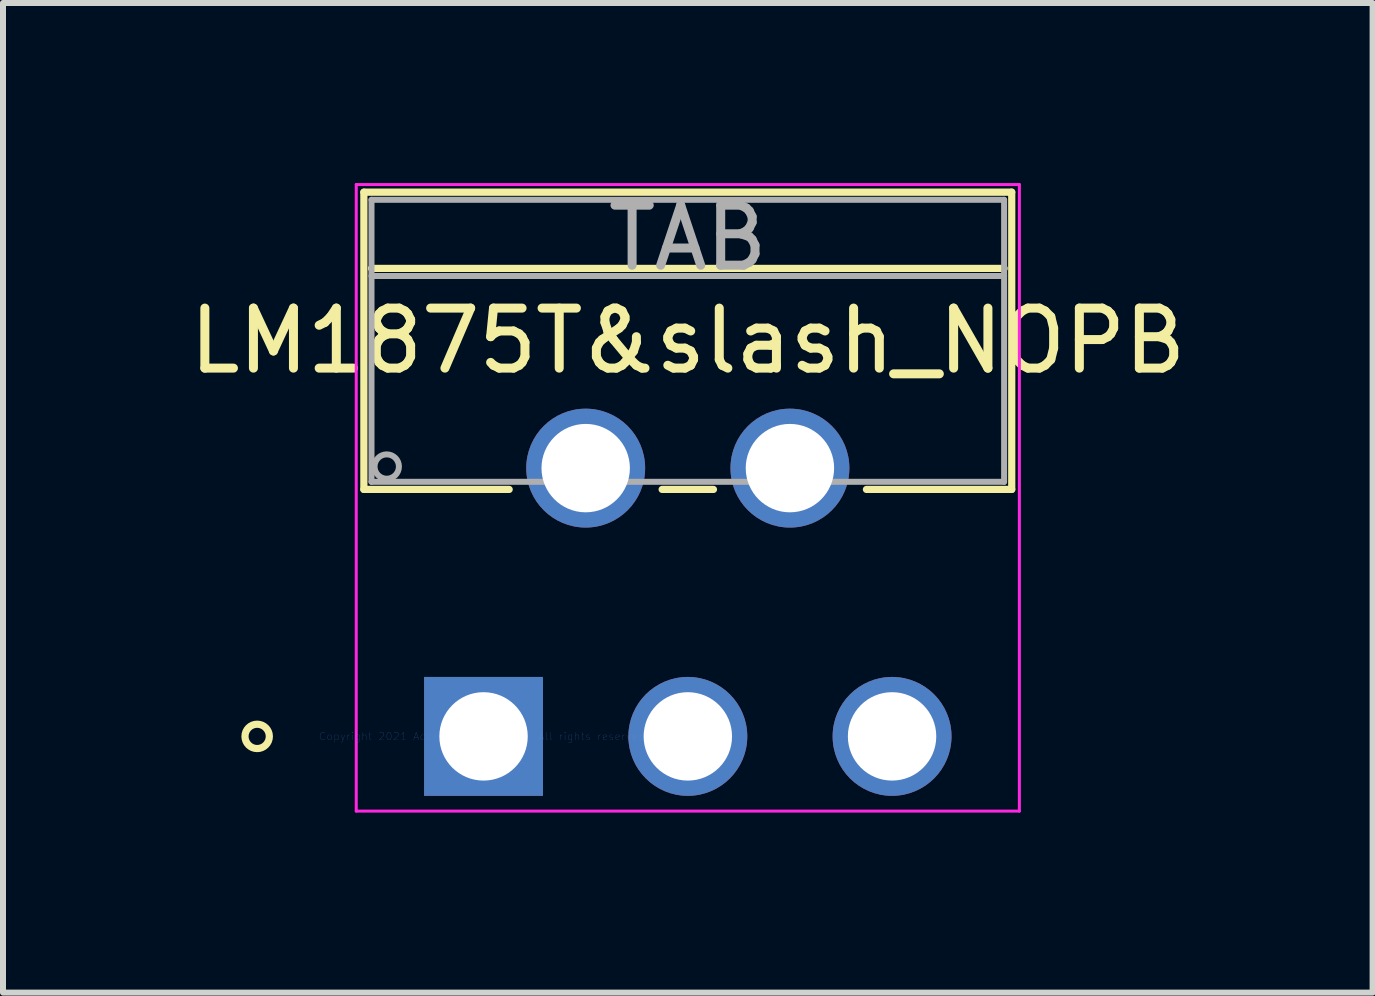
<source format=kicad_pcb>
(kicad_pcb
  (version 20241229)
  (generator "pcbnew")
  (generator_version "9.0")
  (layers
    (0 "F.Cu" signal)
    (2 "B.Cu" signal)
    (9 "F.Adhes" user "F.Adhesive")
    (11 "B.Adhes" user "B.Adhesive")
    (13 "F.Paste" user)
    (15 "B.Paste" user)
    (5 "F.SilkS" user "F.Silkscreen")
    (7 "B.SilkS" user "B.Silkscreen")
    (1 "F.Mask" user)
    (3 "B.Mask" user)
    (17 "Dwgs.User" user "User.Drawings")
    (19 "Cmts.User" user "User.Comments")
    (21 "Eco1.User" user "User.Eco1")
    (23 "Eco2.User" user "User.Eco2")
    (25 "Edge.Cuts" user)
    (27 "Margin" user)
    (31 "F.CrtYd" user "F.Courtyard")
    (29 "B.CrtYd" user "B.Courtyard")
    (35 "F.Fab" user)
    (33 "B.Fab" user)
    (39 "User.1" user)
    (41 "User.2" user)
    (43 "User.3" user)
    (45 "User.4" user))
  (footprint "LM1875T&slash_NOPB"
    (layer "F.Cu")
    (at 5.007 9.22)
    (property "Reference" "LM1875T&slash_NOPB" (at 3.404 -6.591 0) (layer "F.SilkS") (effects (font (size 1 1) (thickness 0.15))))
    (attr through_hole)
    (fp_line (start -1.994 -9.068) (end -1.994 -4.115) (stroke (width 0.12) (type solid)) (layer "F.SilkS"))
    (fp_line (start -1.994 -4.115) (end 0.427 -4.115) (stroke (width 0.12) (type solid)) (layer "F.SilkS"))
    (fp_line (start -1.867 -7.798) (end 8.674 -7.798) (stroke (width 0.12) (type solid)) (layer "F.SilkS"))
    (fp_line (start 2.976 -4.115) (end 3.831 -4.115) (stroke (width 0.12) (type solid)) (layer "F.SilkS"))
    (fp_line (start 6.38 -4.115) (end 8.801 -4.115) (stroke (width 0.12) (type solid)) (layer "F.SilkS"))
    (fp_line (start 8.801 -9.068) (end -1.994 -9.068) (stroke (width 0.12) (type solid)) (layer "F.SilkS"))
    (fp_line (start 8.801 -4.115) (end 8.801 -9.068) (stroke (width 0.12) (type solid)) (layer "F.SilkS"))
    (fp_circle (center -3.772 0) (end -3.569 0) (stroke (width 0.12) (type solid)) (fill no) (layer "F.SilkS"))
    (fp_line (start -2.121 -9.195) (end -2.121 1.245) (stroke (width 0.05) (type solid)) (layer "F.CrtYd"))
    (fp_line (start -2.121 1.245) (end 8.928 1.245) (stroke (width 0.05) (type solid)) (layer "F.CrtYd"))
    (fp_line (start 8.928 -9.195) (end -2.121 -9.195) (stroke (width 0.05) (type solid)) (layer "F.CrtYd"))
    (fp_line (start 8.928 1.245) (end 8.928 -9.195) (stroke (width 0.05) (type solid)) (layer "F.CrtYd"))
    (fp_line (start -1.867 -8.941) (end -1.867 -4.242) (stroke (width 0.1) (type solid)) (layer "F.Fab"))
    (fp_line (start -1.867 -7.671) (end 8.674 -7.671) (stroke (width 0.1) (type solid)) (layer "F.Fab"))
    (fp_line (start -1.867 -4.242) (end 8.674 -4.242) (stroke (width 0.1) (type solid)) (layer "F.Fab"))
    (fp_line (start 8.674 -8.941) (end -1.867 -8.941) (stroke (width 0.1) (type solid)) (layer "F.Fab"))
    (fp_line (start 8.674 -4.242) (end 8.674 -8.941) (stroke (width 0.1) (type solid)) (layer "F.Fab"))
    (fp_circle (center -1.613 -4.496) (end -1.41 -4.496) (stroke (width 0.1) (type solid)) (fill no) (layer "F.Fab"))
    (fp_text user "*" (at 0 0 0) (layer "F.SilkS") (effects (font (size 1 1) (thickness 0.15))))
    (fp_text user "Copyright 2021 Accelerated Designs. All rights reserved." (at 0 0 0) (layer "Cmts.User") (effects (font (size 0.127 0.127) (thickness 0.002))))
    (fp_text user "*" (at 0 0 0) (layer "F.Fab") (effects (font (size 1 1) (thickness 0.15))))
    (fp_text user "TAB" (at 3.404 -8.306 0) (layer "F.Fab") (effects (font (size 1 1) (thickness 0.15))))
    (pad "1" thru_hole rect (at 0 0) (size 1.981 1.981) (drill 1.473) (layers "*.Cu" "*.Mask"))
    (pad "2" thru_hole circle (at 1.702 -4.47) (size 1.981 1.981) (drill 1.473) (layers "*.Cu" "*.Mask"))
    (pad "3" thru_hole circle (at 3.404 0) (size 1.981 1.981) (drill 1.473) (layers "*.Cu" "*.Mask"))
    (pad "4" thru_hole circle (at 5.105 -4.47) (size 1.981 1.981) (drill 1.473) (layers "*.Cu" "*.Mask"))
    (pad "5" thru_hole circle (at 6.807 0) (size 1.981 1.981) (drill 1.473) (layers "*.Cu" "*.Mask")))
  (gr_rect
    (start -3 -3)
    (end 19.821 13.489)
    (stroke (width 0.1) (type default))
    (fill no)
    (layer "Edge.Cuts")))
</source>
